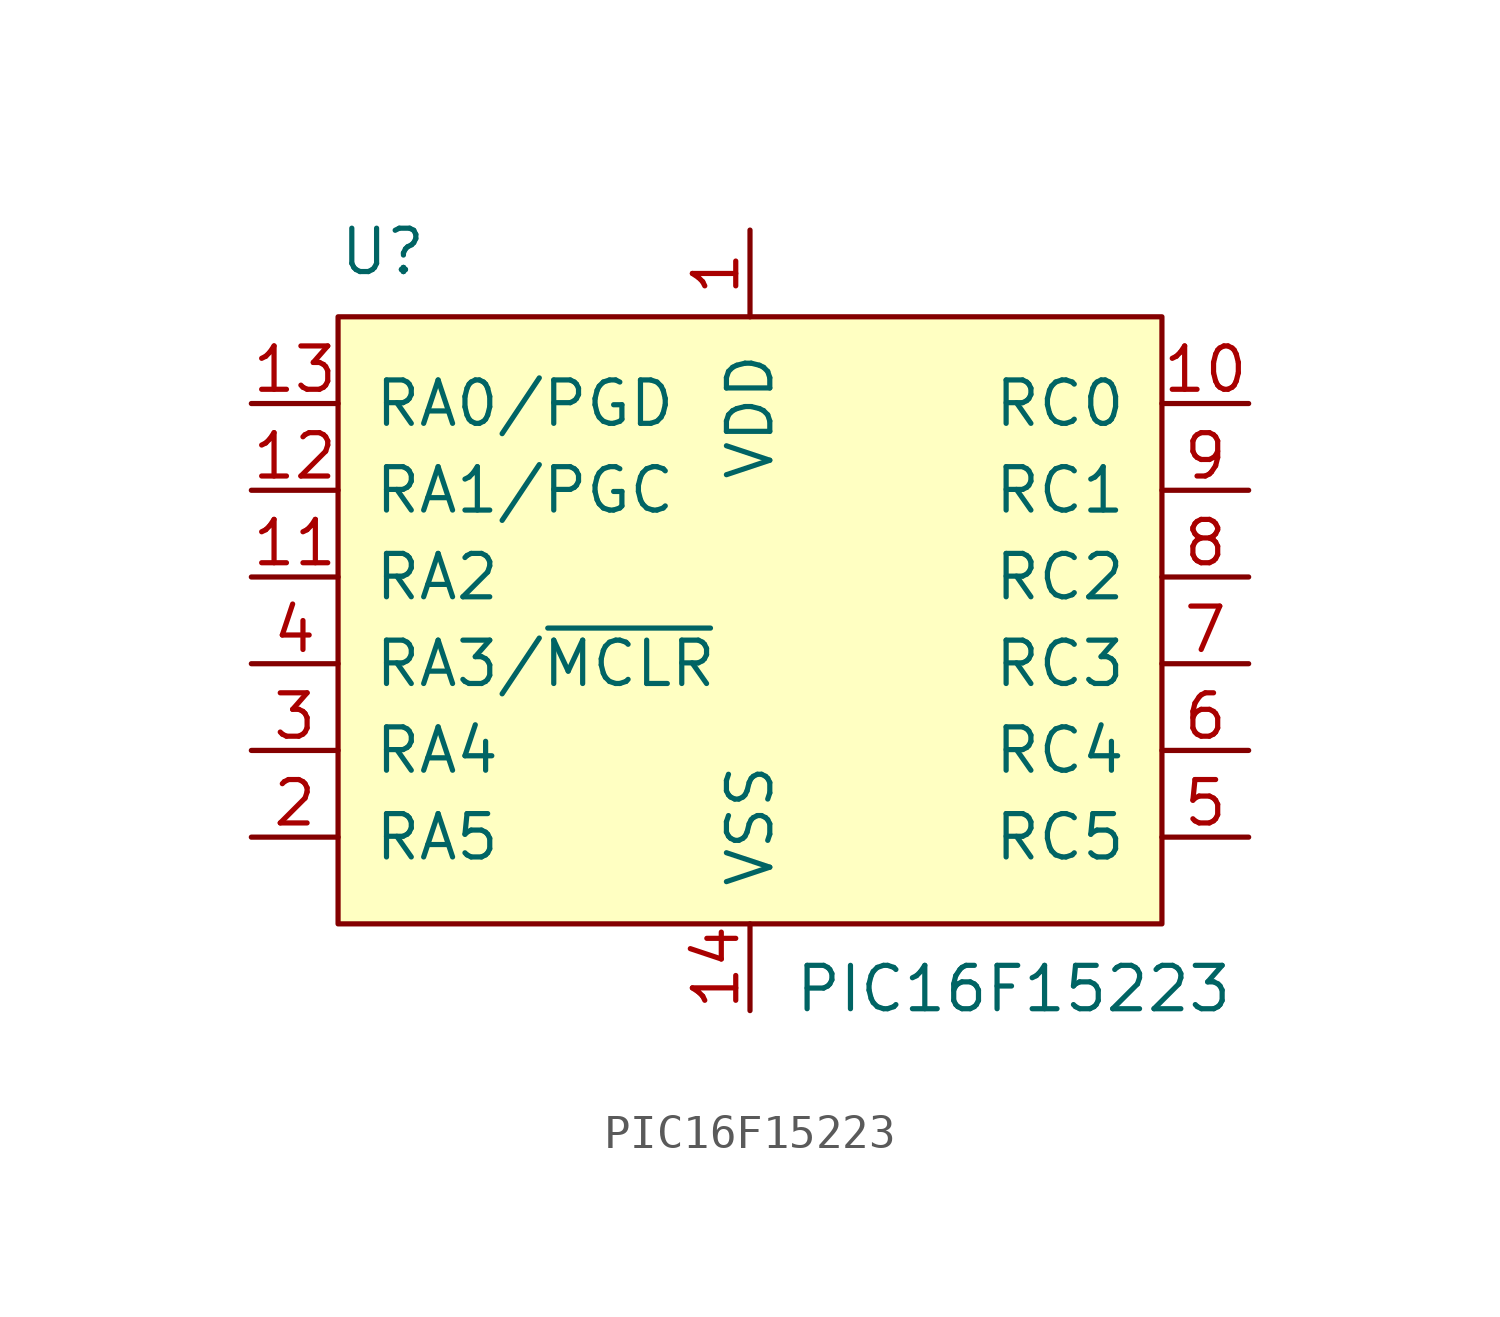
<source format=kicad_sym>
(kicad_symbol_lib
  (version 20220914)
  (generator kicad_symbol_editor)
  (symbol "PIC16F15223"
    (pin_names
      (offset 1.016))
    (property "Reference" "U"
      (at -12.065 10.795 0)
      (effects (font (size 1.27 1.27)) (justify left)))
    (property "Value" "PIC16F15223"
      (at 1.27 -10.795 0)
      (effects (font (size 1.27 1.27)) (justify left)))
    (symbol "PIC16F15223_0_1"
      (rectangle (start -12.065 8.89) (end 12.065 -8.89) (stroke (width 0) (type default)) (fill (type background))))
    (symbol "PIC16F15223_1_1"
      (pin power_in line (at 0 11.43 270) (length 2.54) (name "VDD" (effects (font (size 1.27 1.27)))) (number "1" (effects (font (size 1.27 1.27)))))
      (pin bidirectional line (at 14.605 6.35 180) (length 2.54) (name "RC0" (effects (font (size 1.27 1.27)))) (number "10" (effects (font (size 1.27 1.27)))))
      (pin bidirectional line (at -14.605 1.27 0) (length 2.54) (name "RA2" (effects (font (size 1.27 1.27)))) (number "11" (effects (font (size 1.27 1.27)))))
      (pin bidirectional line (at -14.605 3.81 0) (length 2.54) (name "RA1/PGC" (effects (font (size 1.27 1.27)))) (number "12" (effects (font (size 1.27 1.27)))))
      (pin bidirectional line (at -14.605 6.35 0) (length 2.54) (name "RA0/PGD" (effects (font (size 1.27 1.27)))) (number "13" (effects (font (size 1.27 1.27)))))
      (pin power_in line (at 0 -11.43 90) (length 2.54) (name "VSS" (effects (font (size 1.27 1.27)))) (number "14" (effects (font (size 1.27 1.27)))))
      (pin bidirectional line (at -14.605 -6.35 0) (length 2.54) (name "RA5" (effects (font (size 1.27 1.27)))) (number "2" (effects (font (size 1.27 1.27)))))
      (pin bidirectional line (at -14.605 -3.81 0) (length 2.54) (name "RA4" (effects (font (size 1.27 1.27)))) (number "3" (effects (font (size 1.27 1.27)))))
      (pin input line (at -14.605 -1.27 0) (length 2.54) (name "RA3/~{MCLR}" (effects (font (size 1.27 1.27)))) (number "4" (effects (font (size 1.27 1.27)))))
      (pin bidirectional line (at 14.605 -6.35 180) (length 2.54) (name "RC5" (effects (font (size 1.27 1.27)))) (number "5" (effects (font (size 1.27 1.27)))))
      (pin bidirectional line (at 14.605 -3.81 180) (length 2.54) (name "RC4" (effects (font (size 1.27 1.27)))) (number "6" (effects (font (size 1.27 1.27)))))
      (pin bidirectional line (at 14.605 -1.27 180) (length 2.54) (name "RC3" (effects (font (size 1.27 1.27)))) (number "7" (effects (font (size 1.27 1.27)))))
      (pin bidirectional line (at 14.605 1.27 180) (length 2.54) (name "RC2" (effects (font (size 1.27 1.27)))) (number "8" (effects (font (size 1.27 1.27)))))
      (pin bidirectional line (at 14.605 3.81 180) (length 2.54) (name "RC1" (effects (font (size 1.27 1.27)))) (number "9" (effects (font (size 1.27 1.27))))))))
</source>
